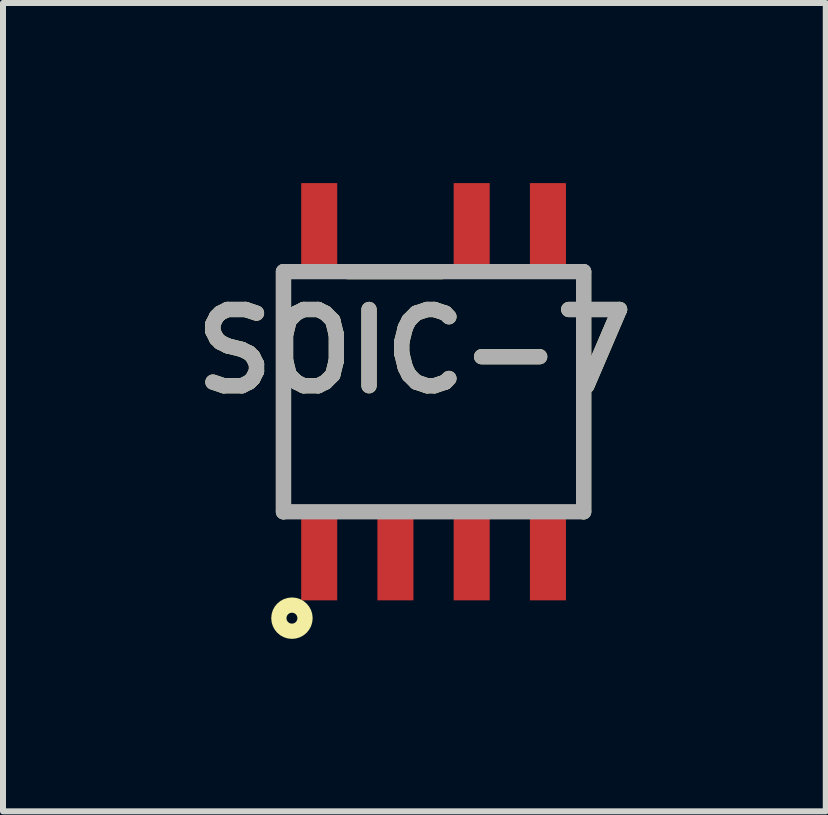
<source format=kicad_pcb>
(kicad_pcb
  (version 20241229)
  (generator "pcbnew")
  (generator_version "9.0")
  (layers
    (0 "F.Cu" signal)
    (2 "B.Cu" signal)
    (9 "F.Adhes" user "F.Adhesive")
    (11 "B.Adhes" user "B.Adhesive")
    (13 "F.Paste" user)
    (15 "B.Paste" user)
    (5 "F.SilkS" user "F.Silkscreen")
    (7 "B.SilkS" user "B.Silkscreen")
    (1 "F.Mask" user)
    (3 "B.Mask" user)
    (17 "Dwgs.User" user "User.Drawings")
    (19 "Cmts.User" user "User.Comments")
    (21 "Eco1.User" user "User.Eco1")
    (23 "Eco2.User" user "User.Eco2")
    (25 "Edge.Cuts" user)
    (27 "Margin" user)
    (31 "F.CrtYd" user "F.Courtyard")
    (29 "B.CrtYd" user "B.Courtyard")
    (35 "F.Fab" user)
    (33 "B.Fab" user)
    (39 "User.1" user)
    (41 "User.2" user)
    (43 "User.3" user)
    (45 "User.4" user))
  (footprint "SOIC-7"
    (layer "F.Cu")
    (at 4.172 3.475)
    (property "Reference" "SOIC-7" (at -0.319 -0.674 0) (layer "F.SilkS") (effects (font (size 1.27 1.27) (thickness 0.254))))
    (attr smd)
    (fp_line (start -2.5 2) (end -2.5 -2) (stroke (width 0.254) (type solid)) (layer "F.SilkS"))
    (fp_line (start -1.424 -2) (end 0.134 -2) (stroke (width 0.254) (type solid)) (layer "F.SilkS"))
    (fp_line (start 2.5 2) (end 2.5 -2) (stroke (width 0.254) (type solid)) (layer "F.SilkS"))
    (fp_circle (center -2.359 3.772) (end -2.359 3.863) (stroke (width 0.254) (type solid)) (fill no) (layer "F.SilkS"))
    (fp_line (start -2.5 -2) (end 2.5 -2) (stroke (width 0.254) (type solid)) (layer "F.Fab"))
    (fp_line (start -2.5 2) (end -2.5 -2) (stroke (width 0.254) (type solid)) (layer "F.Fab"))
    (fp_line (start 2.5 -2) (end 2.5 2) (stroke (width 0.254) (type solid)) (layer "F.Fab"))
    (fp_line (start 2.5 2) (end -2.5 2) (stroke (width 0.254) (type solid)) (layer "F.Fab"))
    (fp_text user "${REFERENCE}" (at -0.319 -0.674 0) (layer "F.Fab") (effects (font (size 1.27 1.27) (thickness 0.254))))
    (pad "1" smd rect (at -1.905 2.7) (size 0.6 1.55) (layers "F.Cu" "F.Mask" "F.Paste"))
    (pad "2" smd rect (at -0.635 2.7) (size 0.6 1.55) (layers "F.Cu" "F.Mask" "F.Paste"))
    (pad "3" smd rect (at 0.635 2.7) (size 0.6 1.55) (layers "F.Cu" "F.Mask" "F.Paste"))
    (pad "4" smd rect (at 1.905 2.7) (size 0.6 1.55) (layers "F.Cu" "F.Mask" "F.Paste"))
    (pad "5" smd rect (at 1.905 -2.7) (size 0.6 1.55) (layers "F.Cu" "F.Mask" "F.Paste"))
    (pad "6" smd rect (at 0.635 -2.7) (size 0.6 1.55) (layers "F.Cu" "F.Mask" "F.Paste"))
    (pad "7" smd rect (at -1.905 -2.7) (size 0.6 1.55) (layers "F.Cu" "F.Mask" "F.Paste")))
  (gr_rect
    (start -3 -3)
    (end 10.705 10.465)
    (stroke (width 0.1) (type default))
    (fill no)
    (layer "Edge.Cuts")))
</source>
